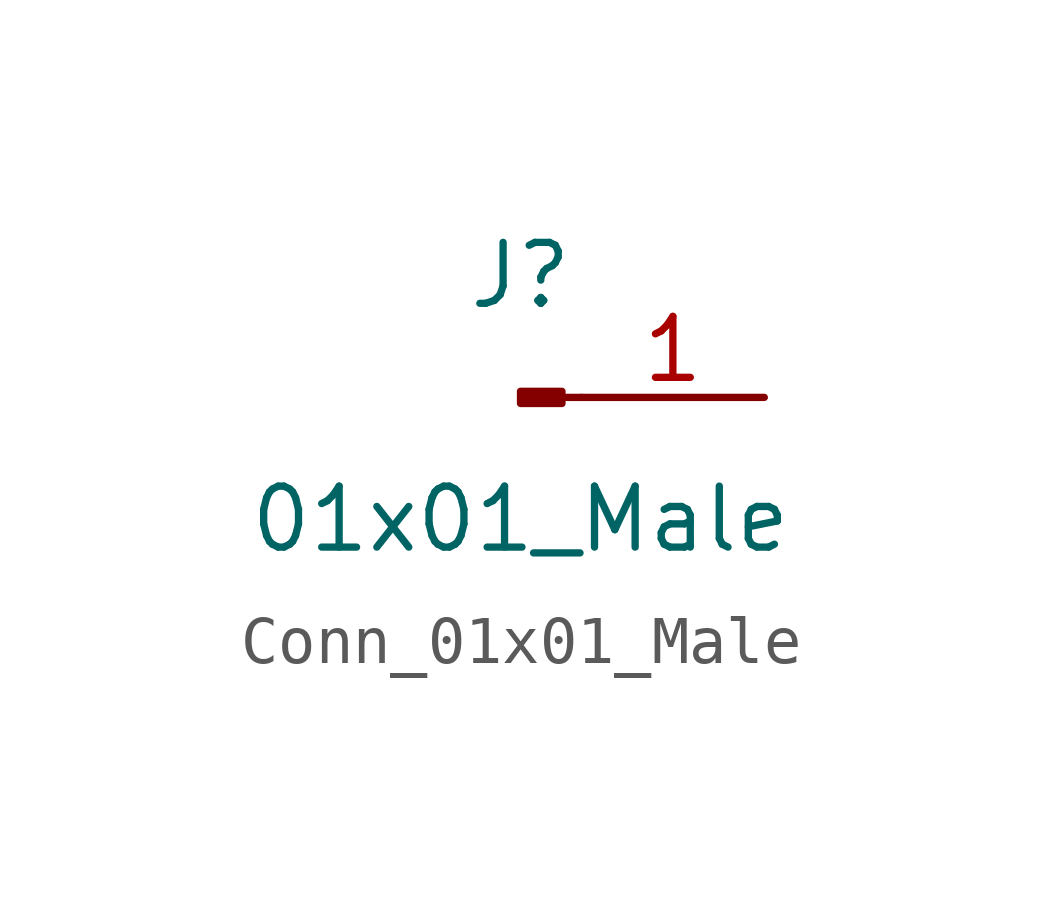
<source format=kicad_sym>
(kicad_symbol_lib
  (version 20220914)
  (generator kicad_symbol_editor)
  (symbol "Conn_01x01_Male"
    (pin_names
      (offset 1.016) hide)
    (property "Reference" "J"
      (at 0 2.54 0)
      (effects (font (size 1.27 1.27))))
    (property "Value" "01x01_Male"
      (at 0 -2.54 0)
      (effects (font (size 1.27 1.27))))
    (symbol "Conn_01x01_Male_1_1"
      (polyline (pts (xy 1.27 0) (xy 0.864 0)) (stroke (width 0.152) (type default)) (fill (type none)))
      (rectangle (start 0.864 0.127) (end 0 -0.127) (stroke (width 0.152) (type default)) (fill (type outline)))
      (pin passive line (at 5.08 0 180) (length 3.81) (name "Pin_1" (effects (font (size 1.27 1.27)))) (number "1" (effects (font (size 1.27 1.27))))))))
</source>
